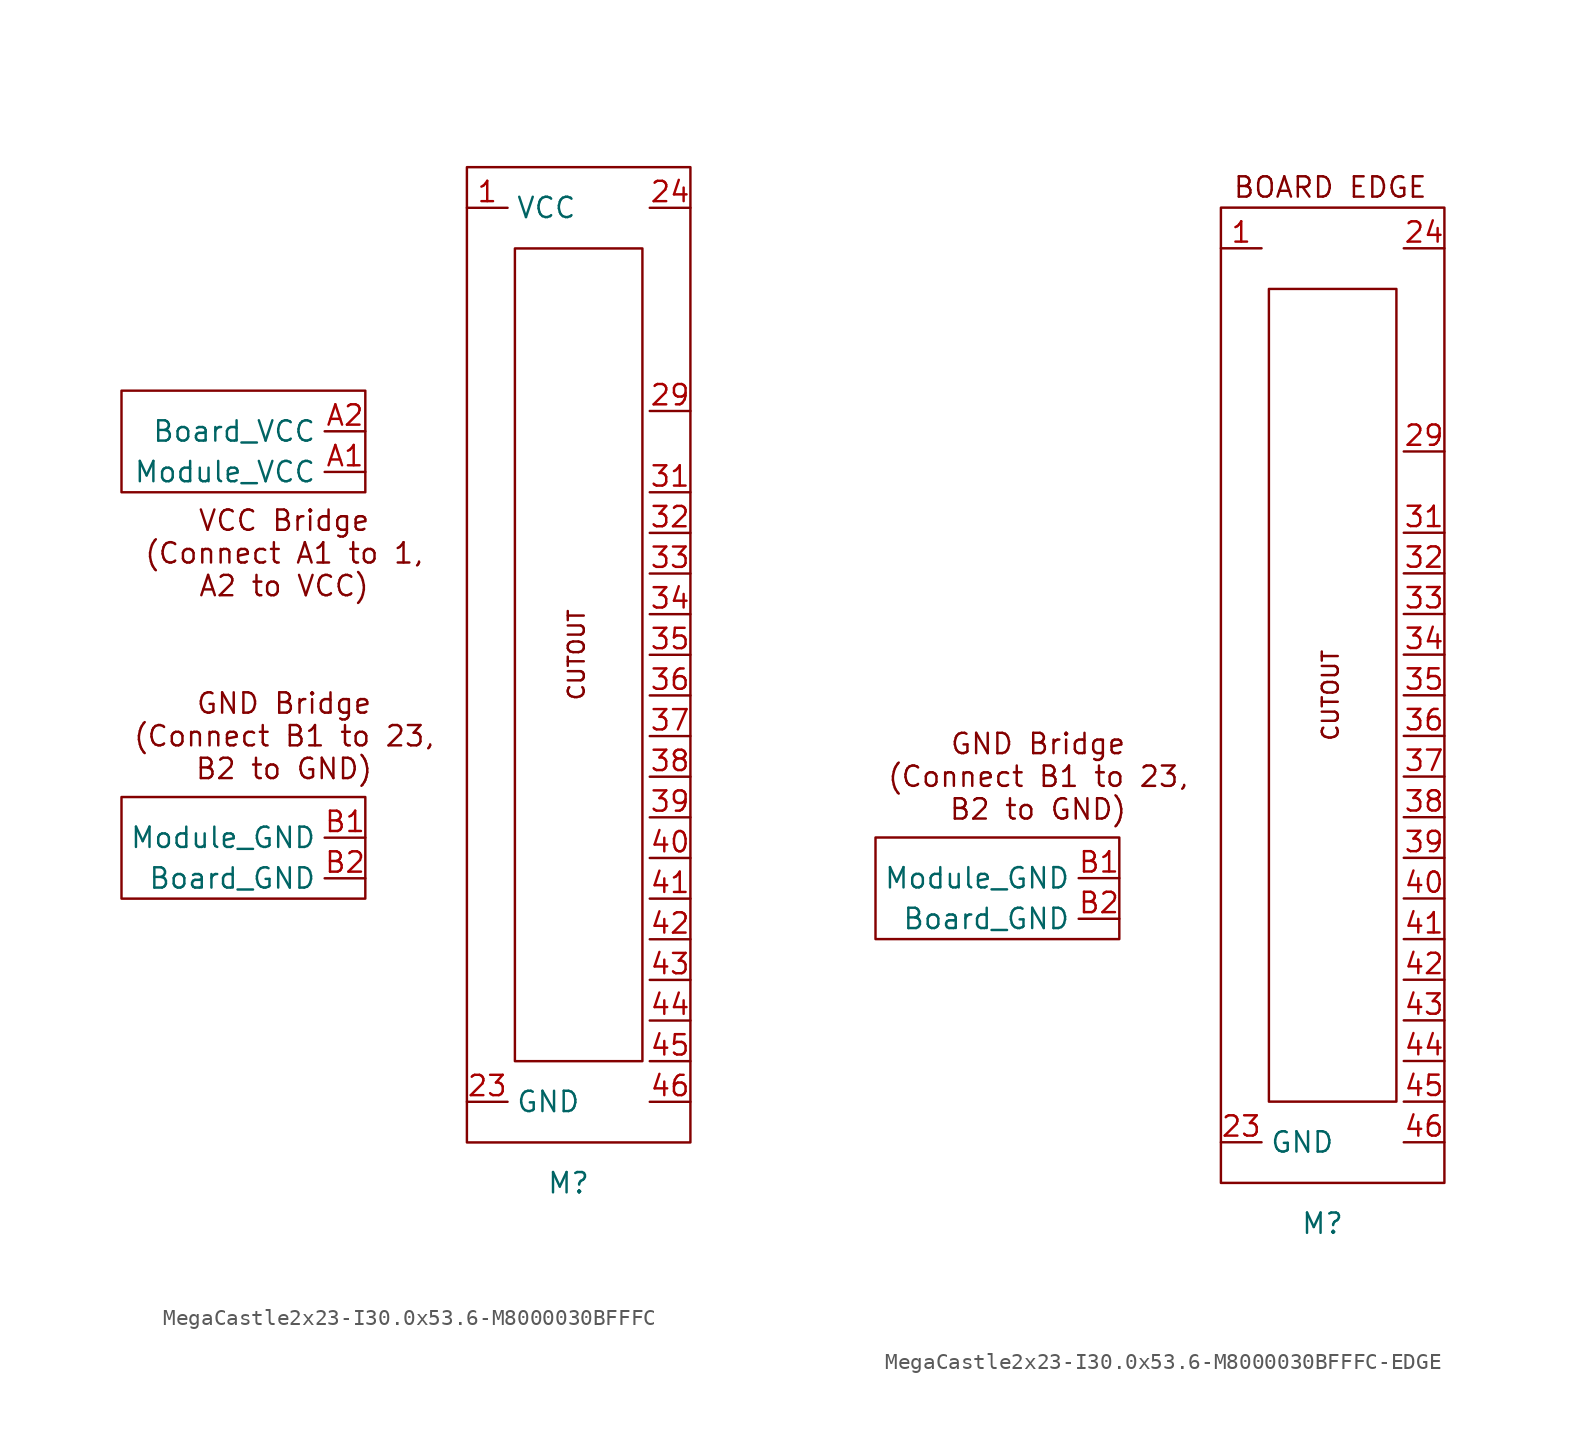
<source format=kicad_sym>
(kicad_symbol_lib
  (version 20231120)
  (generator "kicad_symbol_editor")
  (generator_version "8.0")
  (symbol "MegaCastle2x23-I30.0x53.6-M8000030BFFFC"
    (property "Reference" "M"
      (at 0 -33.02 0)
      (effects (font (size 1.27 1.27))))
    (property "Value" ""
      (at 0 5.08 0)
      (effects (font (size 1.27 1.27))))
    (symbol "MegaCastle2x23-I30.0x53.6-M8000030BFFFC_0_1"
      (rectangle (start -27.94 -8.89) (end -12.7 -15.24) (stroke (width 0) (type default)) (fill (type none)))
      (rectangle (start -27.94 16.51) (end -12.7 10.16) (stroke (width 0) (type default)) (fill (type none)))
      (rectangle (start -6.35 30.48) (end 7.62 -30.48) (stroke (width 0) (type default)) (fill (type none)))
      (rectangle (start -3.35 25.4) (end 4.62 -25.4) (stroke (width 0) (type default)) (fill (type none))))
    (symbol "MegaCastle2x23-I30.0x53.6-M8000030BFFFC_1_1"
      (text "CUTOUT" (at 0.5 0 900) (effects (font (size 1 1))))
      (text "GND Bridge\n(Connect B1 to 23,\nB2 to GND)" (at -17.78 -5.08 0) (effects (font (size 1.27 1.27))))
      (text "VCC Bridge\n(Connect A1 to 1,\nA2 to VCC)" (at -17.78 6.35 0) (effects (font (size 1.27 1.27))))
      (pin bidirectional line (at -6.35 27.94 0) (length 2.54) (name "VCC" (effects (font (size 1.27 1.27)))) (number "1" (effects (font (size 1.27 1.27)))))
      (pin bidirectional line (at -6.35 -27.94 0) (length 2.54) (name "GND" (effects (font (size 1.27 1.27)))) (number "23" (effects (font (size 1.27 1.27)))))
      (pin bidirectional line (at 7.62 27.94 180) (length 2.54) (name "" (effects (font (size 1.27 1.27)))) (number "24" (effects (font (size 1.27 1.27)))))
      (pin bidirectional line (at 7.62 15.24 180) (length 2.54) (name "" (effects (font (size 1.27 1.27)))) (number "29" (effects (font (size 1.27 1.27)))))
      (pin bidirectional line (at 7.62 10.16 180) (length 2.54) (name "" (effects (font (size 1.27 1.27)))) (number "31" (effects (font (size 1.27 1.27)))))
      (pin bidirectional line (at 7.62 7.62 180) (length 2.54) (name "" (effects (font (size 1.27 1.27)))) (number "32" (effects (font (size 1.27 1.27)))))
      (pin bidirectional line (at 7.62 5.08 180) (length 2.54) (name "" (effects (font (size 1.27 1.27)))) (number "33" (effects (font (size 1.27 1.27)))))
      (pin bidirectional line (at 7.62 2.54 180) (length 2.54) (name "" (effects (font (size 1.27 1.27)))) (number "34" (effects (font (size 1.27 1.27)))))
      (pin bidirectional line (at 7.62 0 180) (length 2.54) (name "" (effects (font (size 1.27 1.27)))) (number "35" (effects (font (size 1.27 1.27)))))
      (pin bidirectional line (at 7.62 -2.54 180) (length 2.54) (name "" (effects (font (size 1.27 1.27)))) (number "36" (effects (font (size 1.27 1.27)))))
      (pin bidirectional line (at 7.62 -5.08 180) (length 2.54) (name "" (effects (font (size 1.27 1.27)))) (number "37" (effects (font (size 1.27 1.27)))))
      (pin bidirectional line (at 7.62 -7.62 180) (length 2.54) (name "" (effects (font (size 1.27 1.27)))) (number "38" (effects (font (size 1.27 1.27)))))
      (pin bidirectional line (at 7.62 -10.16 180) (length 2.54) (name "" (effects (font (size 1.27 1.27)))) (number "39" (effects (font (size 1.27 1.27)))))
      (pin bidirectional line (at 7.62 -12.7 180) (length 2.54) (name "" (effects (font (size 1.27 1.27)))) (number "40" (effects (font (size 1.27 1.27)))))
      (pin bidirectional line (at 7.62 -15.24 180) (length 2.54) (name "" (effects (font (size 1.27 1.27)))) (number "41" (effects (font (size 1.27 1.27)))))
      (pin bidirectional line (at 7.62 -17.78 180) (length 2.54) (name "" (effects (font (size 1.27 1.27)))) (number "42" (effects (font (size 1.27 1.27)))))
      (pin bidirectional line (at 7.62 -20.32 180) (length 2.54) (name "" (effects (font (size 1.27 1.27)))) (number "43" (effects (font (size 1.27 1.27)))))
      (pin bidirectional line (at 7.62 -22.86 180) (length 2.54) (name "" (effects (font (size 1.27 1.27)))) (number "44" (effects (font (size 1.27 1.27)))))
      (pin bidirectional line (at 7.62 -25.4 180) (length 2.54) (name "" (effects (font (size 1.27 1.27)))) (number "45" (effects (font (size 1.27 1.27)))))
      (pin bidirectional line (at 7.62 -27.94 180) (length 2.54) (name "" (effects (font (size 1.27 1.27)))) (number "46" (effects (font (size 1.27 1.27)))))
      (pin bidirectional line (at -12.7 11.43 180) (length 2.54) (name "Module_VCC" (effects (font (size 1.27 1.27)))) (number "A1" (effects (font (size 1.27 1.27)))))
      (pin bidirectional line (at -12.7 13.97 180) (length 2.54) (name "Board_VCC" (effects (font (size 1.27 1.27)))) (number "A2" (effects (font (size 1.27 1.27)))))
      (pin bidirectional line (at -12.7 -11.43 180) (length 2.54) (name "Module_GND" (effects (font (size 1.27 1.27)))) (number "B1" (effects (font (size 1.27 1.27)))))
      (pin bidirectional line (at -12.7 -13.97 180) (length 2.54) (name "Board_GND" (effects (font (size 1.27 1.27)))) (number "B2" (effects (font (size 1.27 1.27)))))))
  (symbol "MegaCastle2x23-I30.0x53.6-M8000030BFFFC-EDGE"
    (property "Reference" "M"
      (at 0 -33.02 0)
      (effects (font (size 1.27 1.27))))
    (property "Value" ""
      (at 0 5.08 0)
      (effects (font (size 1.27 1.27))))
    (symbol "MegaCastle2x23-I30.0x53.6-M8000030BFFFC-EDGE_0_1"
      (rectangle (start -27.94 -8.89) (end -12.7 -15.24) (stroke (width 0) (type default)) (fill (type none)))
      (rectangle (start -6.35 30.48) (end 7.62 -30.48) (stroke (width 0) (type default)) (fill (type none)))
      (rectangle (start -3.35 25.4) (end 4.62 -25.4) (stroke (width 0) (type default)) (fill (type none))))
    (symbol "MegaCastle2x23-I30.0x53.6-M8000030BFFFC-EDGE_1_1"
      (text " BOARD EDGE" (at 0 31.75 0) (effects (font (size 1.27 1.27))))
      (text "CUTOUT" (at 0.5 0 900) (effects (font (size 1 1))))
      (text "GND Bridge\n(Connect B1 to 23,\nB2 to GND)" (at -17.78 -5.08 0) (effects (font (size 1.27 1.27))))
      (pin bidirectional line (at -6.35 27.94 0) (length 2.54) (name "" (effects (font (size 1.27 1.27)))) (number "1" (effects (font (size 1.27 1.27)))))
      (pin bidirectional line (at -6.35 -27.94 0) (length 2.54) (name "GND" (effects (font (size 1.27 1.27)))) (number "23" (effects (font (size 1.27 1.27)))))
      (pin bidirectional line (at 7.62 27.94 180) (length 2.54) (name "" (effects (font (size 1.27 1.27)))) (number "24" (effects (font (size 1.27 1.27)))))
      (pin bidirectional line (at 7.62 15.24 180) (length 2.54) (name "" (effects (font (size 1.27 1.27)))) (number "29" (effects (font (size 1.27 1.27)))))
      (pin bidirectional line (at 7.62 10.16 180) (length 2.54) (name "" (effects (font (size 1.27 1.27)))) (number "31" (effects (font (size 1.27 1.27)))))
      (pin bidirectional line (at 7.62 7.62 180) (length 2.54) (name "" (effects (font (size 1.27 1.27)))) (number "32" (effects (font (size 1.27 1.27)))))
      (pin bidirectional line (at 7.62 5.08 180) (length 2.54) (name "" (effects (font (size 1.27 1.27)))) (number "33" (effects (font (size 1.27 1.27)))))
      (pin bidirectional line (at 7.62 2.54 180) (length 2.54) (name "" (effects (font (size 1.27 1.27)))) (number "34" (effects (font (size 1.27 1.27)))))
      (pin bidirectional line (at 7.62 0 180) (length 2.54) (name "" (effects (font (size 1.27 1.27)))) (number "35" (effects (font (size 1.27 1.27)))))
      (pin bidirectional line (at 7.62 -2.54 180) (length 2.54) (name "" (effects (font (size 1.27 1.27)))) (number "36" (effects (font (size 1.27 1.27)))))
      (pin bidirectional line (at 7.62 -5.08 180) (length 2.54) (name "" (effects (font (size 1.27 1.27)))) (number "37" (effects (font (size 1.27 1.27)))))
      (pin bidirectional line (at 7.62 -7.62 180) (length 2.54) (name "" (effects (font (size 1.27 1.27)))) (number "38" (effects (font (size 1.27 1.27)))))
      (pin bidirectional line (at 7.62 -10.16 180) (length 2.54) (name "" (effects (font (size 1.27 1.27)))) (number "39" (effects (font (size 1.27 1.27)))))
      (pin bidirectional line (at 7.62 -12.7 180) (length 2.54) (name "" (effects (font (size 1.27 1.27)))) (number "40" (effects (font (size 1.27 1.27)))))
      (pin bidirectional line (at 7.62 -15.24 180) (length 2.54) (name "" (effects (font (size 1.27 1.27)))) (number "41" (effects (font (size 1.27 1.27)))))
      (pin bidirectional line (at 7.62 -17.78 180) (length 2.54) (name "" (effects (font (size 1.27 1.27)))) (number "42" (effects (font (size 1.27 1.27)))))
      (pin bidirectional line (at 7.62 -20.32 180) (length 2.54) (name "" (effects (font (size 1.27 1.27)))) (number "43" (effects (font (size 1.27 1.27)))))
      (pin bidirectional line (at 7.62 -22.86 180) (length 2.54) (name "" (effects (font (size 1.27 1.27)))) (number "44" (effects (font (size 1.27 1.27)))))
      (pin bidirectional line (at 7.62 -25.4 180) (length 2.54) (name "" (effects (font (size 1.27 1.27)))) (number "45" (effects (font (size 1.27 1.27)))))
      (pin bidirectional line (at 7.62 -27.94 180) (length 2.54) (name "" (effects (font (size 1.27 1.27)))) (number "46" (effects (font (size 1.27 1.27)))))
      (pin bidirectional line (at -12.7 -11.43 180) (length 2.54) (name "Module_GND" (effects (font (size 1.27 1.27)))) (number "B1" (effects (font (size 1.27 1.27)))))
      (pin bidirectional line (at -12.7 -13.97 180) (length 2.54) (name "Board_GND" (effects (font (size 1.27 1.27)))) (number "B2" (effects (font (size 1.27 1.27))))))))
</source>
